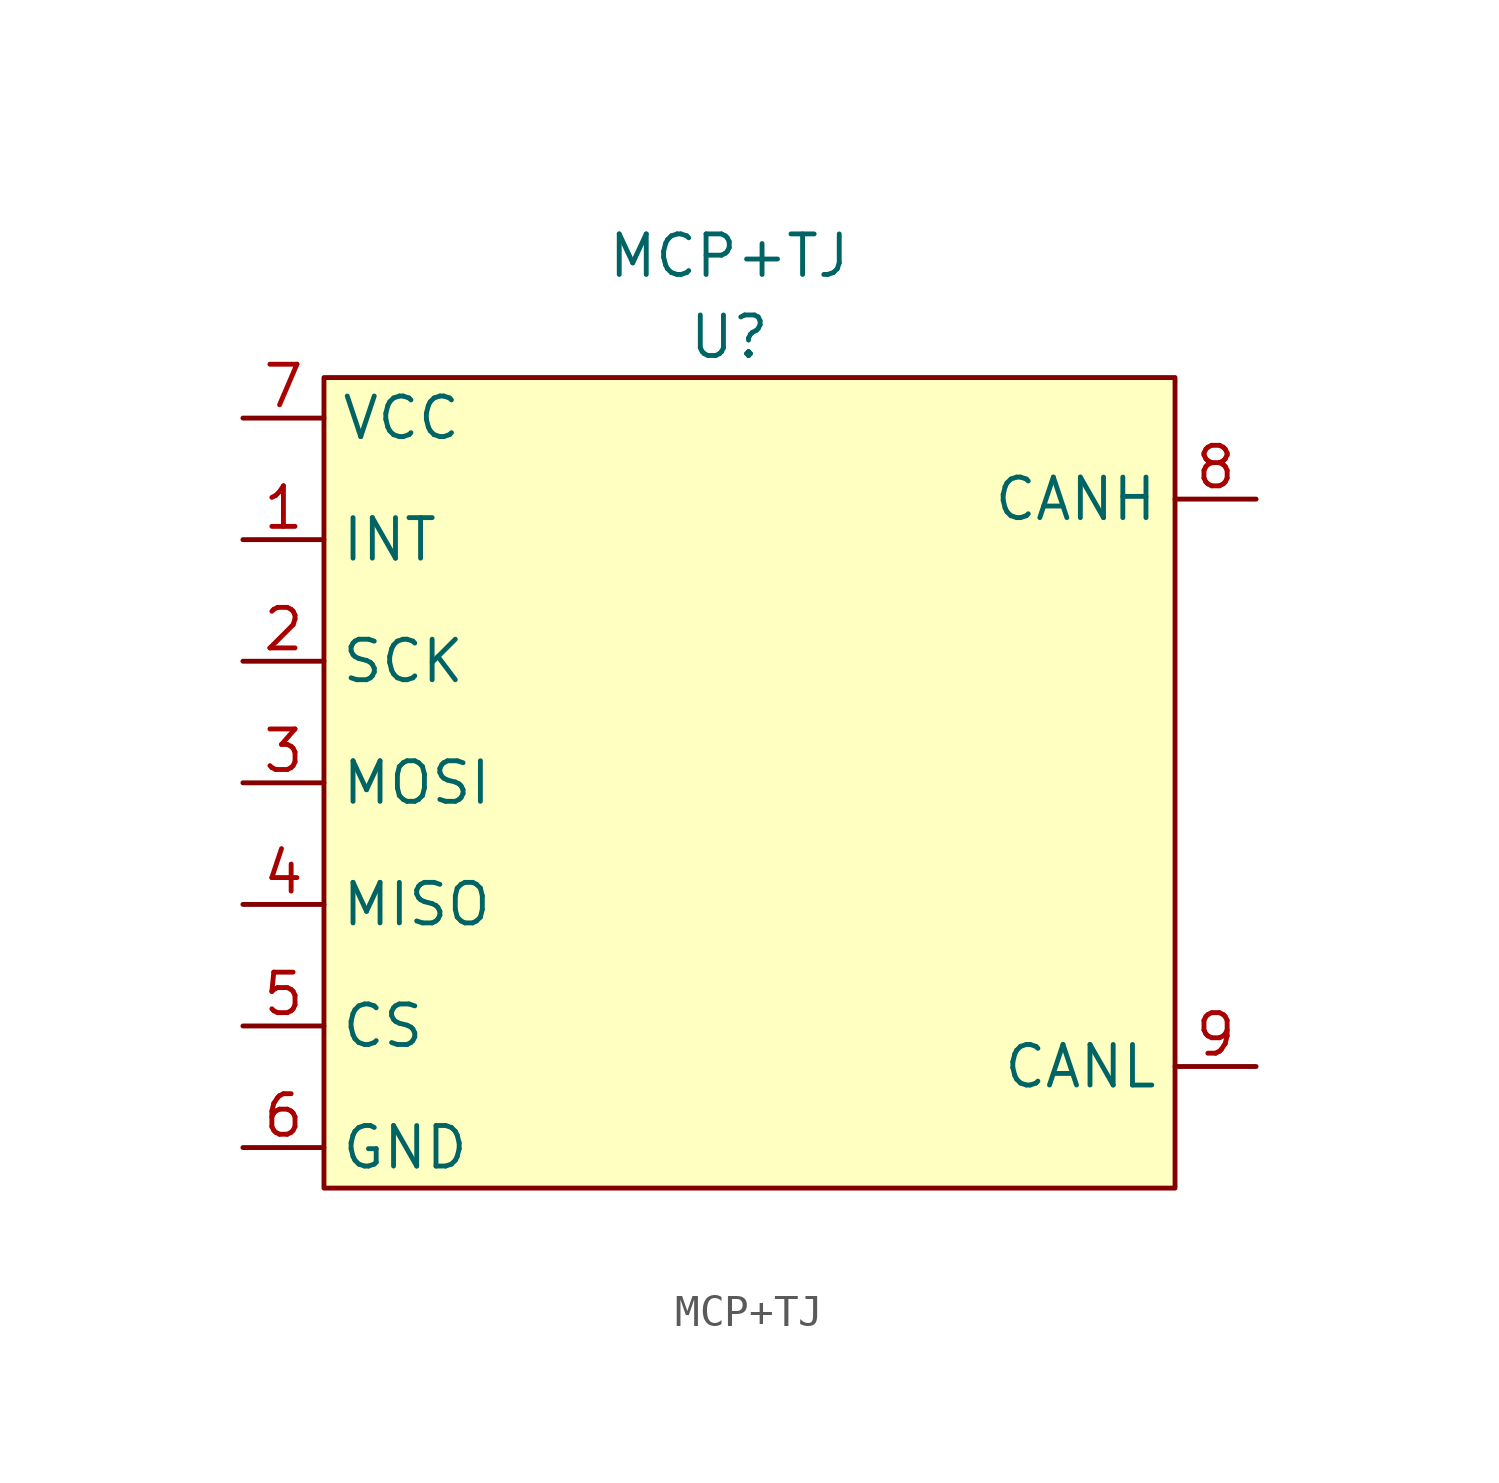
<source format=kicad_sym>
(kicad_symbol_lib
  (version 20211014)
  (generator kicad_symbol_editor)
  (symbol "MCP+TJ"
    (property "Reference" "U"
      (at 0 0 0)
      (effects (font (size 1.27 1.27))))
    (property "Value" "MCP+TJ"
      (at 0 2.54 0)
      (effects (font (size 1.27 1.27))))
    (symbol "MCP+TJ_0_1"
      (rectangle (start -12.7 -1.27) (end 13.97 -26.67) (stroke (width 0) (type default) (color 0 0 0 0)) (fill (type background))))
    (symbol "MCP+TJ_1_0"
      (pin unspecified line (at -15.24 -10.16 0) (length 2.54) (name "SCK" (effects (font (size 1.27 1.27)))) (number "2" (effects (font (size 1.27 1.27))))))
    (symbol "MCP+TJ_1_1"
      (pin unspecified line (at -15.24 -6.35 0) (length 2.54) (name "INT" (effects (font (size 1.27 1.27)))) (number "1" (effects (font (size 1.27 1.27)))))
      (pin unspecified line (at -15.24 -13.97 0) (length 2.54) (name "MOSI" (effects (font (size 1.27 1.27)))) (number "3" (effects (font (size 1.27 1.27)))))
      (pin unspecified line (at -15.24 -17.78 0) (length 2.54) (name "MISO" (effects (font (size 1.27 1.27)))) (number "4" (effects (font (size 1.27 1.27)))))
      (pin unspecified line (at -15.24 -21.59 0) (length 2.54) (name "CS" (effects (font (size 1.27 1.27)))) (number "5" (effects (font (size 1.27 1.27)))))
      (pin unspecified line (at -15.24 -25.4 0) (length 2.54) (name "GND" (effects (font (size 1.27 1.27)))) (number "6" (effects (font (size 1.27 1.27)))))
      (pin unspecified line (at -15.24 -2.54 0) (length 2.54) (name "VCC" (effects (font (size 1.27 1.27)))) (number "7" (effects (font (size 1.27 1.27)))))
      (pin unspecified line (at 16.51 -5.08 180) (length 2.54) (name "CANH" (effects (font (size 1.27 1.27)))) (number "8" (effects (font (size 1.27 1.27)))))
      (pin unspecified line (at 16.51 -22.86 180) (length 2.54) (name "CANL" (effects (font (size 1.27 1.27)))) (number "9" (effects (font (size 1.27 1.27))))))))
</source>
